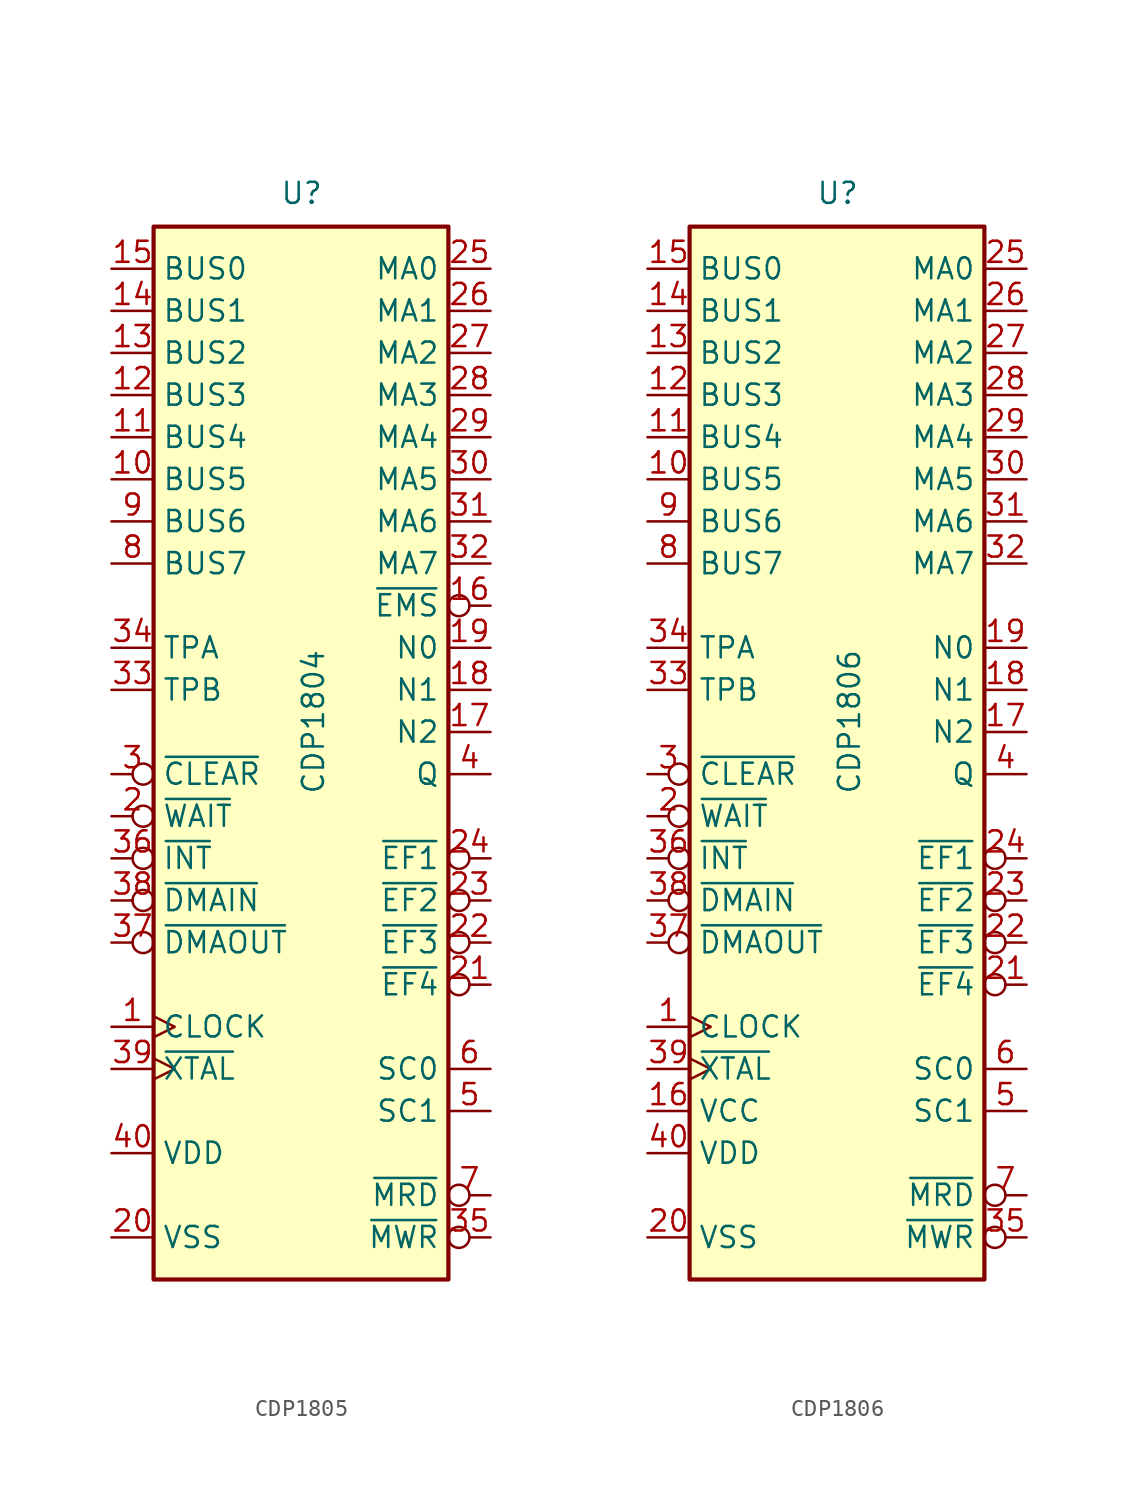
<source format=kicad_sym>
(kicad_symbol_lib
  (version 20220914)
  (generator kicad_symbol_editor)
  (symbol "CDP1805"
    (property "Reference" "U"
      (at -1.27 31.75 0)
      (effects (font (size 1.27 1.27)) (justify left bottom)))
    (property "Value" "CDP1804"
      (at 0 -3.81 90)
      (effects (font (size 1.27 1.27)) (justify left top)))
    (symbol "CDP1805_0_0"
      (pin input clock (at -11.43 -17.78 0) (length 2.54) (name "CLOCK" (effects (font (size 1.27 1.27)))) (number "1" (effects (font (size 1.27 1.27)))))
      (pin input inverted (at -11.43 -2.54 0) (length 2.54) (name "~{CLEAR}" (effects (font (size 1.27 1.27)))) (number "3" (effects (font (size 1.27 1.27)))))
      (pin output inverted (at 11.43 -30.48 180) (length 2.54) (name "~{MWR}" (effects (font (size 1.27 1.27)))) (number "35" (effects (font (size 1.27 1.27))))))
    (symbol "CDP1805_0_1"
      (rectangle (start -8.89 -33.02) (end 8.89 30.48) (stroke (width 0.254) (type default)) (fill (type background))))
    (symbol "CDP1805_1_1"
      (pin bidirectional line (at -11.43 15.24 0) (length 2.54) (name "BUS5" (effects (font (size 1.27 1.27)))) (number "10" (effects (font (size 1.27 1.27)))))
      (pin bidirectional line (at -11.43 17.78 0) (length 2.54) (name "BUS4" (effects (font (size 1.27 1.27)))) (number "11" (effects (font (size 1.27 1.27)))))
      (pin bidirectional line (at -11.43 20.32 0) (length 2.54) (name "BUS3" (effects (font (size 1.27 1.27)))) (number "12" (effects (font (size 1.27 1.27)))))
      (pin bidirectional line (at -11.43 22.86 0) (length 2.54) (name "BUS2" (effects (font (size 1.27 1.27)))) (number "13" (effects (font (size 1.27 1.27)))))
      (pin bidirectional line (at -11.43 25.4 0) (length 2.54) (name "BUS1" (effects (font (size 1.27 1.27)))) (number "14" (effects (font (size 1.27 1.27)))))
      (pin bidirectional line (at -11.43 27.94 0) (length 2.54) (name "BUS0" (effects (font (size 1.27 1.27)))) (number "15" (effects (font (size 1.27 1.27)))))
      (pin output inverted (at 11.43 7.62 180) (length 2.54) (name "~{EMS}" (effects (font (size 1.27 1.27)))) (number "16" (effects (font (size 1.27 1.27)))))
      (pin output line (at 11.43 0 180) (length 2.54) (name "N2" (effects (font (size 1.27 1.27)))) (number "17" (effects (font (size 1.27 1.27)))))
      (pin output line (at 11.43 2.54 180) (length 2.54) (name "N1" (effects (font (size 1.27 1.27)))) (number "18" (effects (font (size 1.27 1.27)))))
      (pin output line (at 11.43 5.08 180) (length 2.54) (name "N0" (effects (font (size 1.27 1.27)))) (number "19" (effects (font (size 1.27 1.27)))))
      (pin input inverted (at -11.43 -5.08 0) (length 2.54) (name "~{WAIT}" (effects (font (size 1.27 1.27)))) (number "2" (effects (font (size 1.27 1.27)))))
      (pin power_in line (at -11.43 -30.48 0) (length 2.54) (name "VSS" (effects (font (size 1.27 1.27)))) (number "20" (effects (font (size 1.27 1.27)))))
      (pin input inverted (at 11.43 -15.24 180) (length 2.54) (name "~{EF4}" (effects (font (size 1.27 1.27)))) (number "21" (effects (font (size 1.27 1.27)))))
      (pin input inverted (at 11.43 -12.7 180) (length 2.54) (name "~{EF3}" (effects (font (size 1.27 1.27)))) (number "22" (effects (font (size 1.27 1.27)))))
      (pin input inverted (at 11.43 -10.16 180) (length 2.54) (name "~{EF2}" (effects (font (size 1.27 1.27)))) (number "23" (effects (font (size 1.27 1.27)))))
      (pin input inverted (at 11.43 -7.62 180) (length 2.54) (name "~{EF1}" (effects (font (size 1.27 1.27)))) (number "24" (effects (font (size 1.27 1.27)))))
      (pin output line (at 11.43 27.94 180) (length 2.54) (name "MA0" (effects (font (size 1.27 1.27)))) (number "25" (effects (font (size 1.27 1.27)))))
      (pin output line (at 11.43 25.4 180) (length 2.54) (name "MA1" (effects (font (size 1.27 1.27)))) (number "26" (effects (font (size 1.27 1.27)))))
      (pin output line (at 11.43 22.86 180) (length 2.54) (name "MA2" (effects (font (size 1.27 1.27)))) (number "27" (effects (font (size 1.27 1.27)))))
      (pin output line (at 11.43 20.32 180) (length 2.54) (name "MA3" (effects (font (size 1.27 1.27)))) (number "28" (effects (font (size 1.27 1.27)))))
      (pin output line (at 11.43 17.78 180) (length 2.54) (name "MA4" (effects (font (size 1.27 1.27)))) (number "29" (effects (font (size 1.27 1.27)))))
      (pin output line (at 11.43 15.24 180) (length 2.54) (name "MA5" (effects (font (size 1.27 1.27)))) (number "30" (effects (font (size 1.27 1.27)))))
      (pin output line (at 11.43 12.7 180) (length 2.54) (name "MA6" (effects (font (size 1.27 1.27)))) (number "31" (effects (font (size 1.27 1.27)))))
      (pin output line (at 11.43 10.16 180) (length 2.54) (name "MA7" (effects (font (size 1.27 1.27)))) (number "32" (effects (font (size 1.27 1.27)))))
      (pin output line (at -11.43 2.54 0) (length 2.54) (name "TPB" (effects (font (size 1.27 1.27)))) (number "33" (effects (font (size 1.27 1.27)))))
      (pin output line (at -11.43 5.08 0) (length 2.54) (name "TPA" (effects (font (size 1.27 1.27)))) (number "34" (effects (font (size 1.27 1.27)))))
      (pin input inverted (at -11.43 -7.62 0) (length 2.54) (name "~{INT}" (effects (font (size 1.27 1.27)))) (number "36" (effects (font (size 1.27 1.27)))))
      (pin input inverted (at -11.43 -12.7 0) (length 2.54) (name "~{DMAOUT}" (effects (font (size 1.27 1.27)))) (number "37" (effects (font (size 1.27 1.27)))))
      (pin input inverted (at -11.43 -10.16 0) (length 2.54) (name "~{DMAIN}" (effects (font (size 1.27 1.27)))) (number "38" (effects (font (size 1.27 1.27)))))
      (pin output clock (at -11.43 -20.32 0) (length 2.54) (name "~{XTAL}" (effects (font (size 1.27 1.27)))) (number "39" (effects (font (size 1.27 1.27)))))
      (pin output line (at 11.43 -2.54 180) (length 2.54) (name "Q" (effects (font (size 1.27 1.27)))) (number "4" (effects (font (size 1.27 1.27)))))
      (pin power_in line (at -11.43 -25.4 0) (length 2.54) (name "VDD" (effects (font (size 1.27 1.27)))) (number "40" (effects (font (size 1.27 1.27)))))
      (pin output line (at 11.43 -22.86 180) (length 2.54) (name "SC1" (effects (font (size 1.27 1.27)))) (number "5" (effects (font (size 1.27 1.27)))))
      (pin output line (at 11.43 -20.32 180) (length 2.54) (name "SC0" (effects (font (size 1.27 1.27)))) (number "6" (effects (font (size 1.27 1.27)))))
      (pin output inverted (at 11.43 -27.94 180) (length 2.54) (name "~{MRD}" (effects (font (size 1.27 1.27)))) (number "7" (effects (font (size 1.27 1.27)))))
      (pin bidirectional line (at -11.43 10.16 0) (length 2.54) (name "BUS7" (effects (font (size 1.27 1.27)))) (number "8" (effects (font (size 1.27 1.27)))))
      (pin bidirectional line (at -11.43 12.7 0) (length 2.54) (name "BUS6" (effects (font (size 1.27 1.27)))) (number "9" (effects (font (size 1.27 1.27)))))))
  (symbol "CDP1806"
    (property "Reference" "U"
      (at -1.27 31.75 0)
      (effects (font (size 1.27 1.27)) (justify left bottom)))
    (property "Value" "CDP1806"
      (at 0 -3.81 90)
      (effects (font (size 1.27 1.27)) (justify left top)))
    (symbol "CDP1806_0_0"
      (pin input clock (at -11.43 -17.78 0) (length 2.54) (name "CLOCK" (effects (font (size 1.27 1.27)))) (number "1" (effects (font (size 1.27 1.27)))))
      (pin input inverted (at -11.43 -2.54 0) (length 2.54) (name "~{CLEAR}" (effects (font (size 1.27 1.27)))) (number "3" (effects (font (size 1.27 1.27)))))
      (pin output inverted (at 11.43 -30.48 180) (length 2.54) (name "~{MWR}" (effects (font (size 1.27 1.27)))) (number "35" (effects (font (size 1.27 1.27))))))
    (symbol "CDP1806_0_1"
      (rectangle (start -8.89 -33.02) (end 8.89 30.48) (stroke (width 0.254) (type default)) (fill (type background))))
    (symbol "CDP1806_1_1"
      (pin bidirectional line (at -11.43 15.24 0) (length 2.54) (name "BUS5" (effects (font (size 1.27 1.27)))) (number "10" (effects (font (size 1.27 1.27)))))
      (pin bidirectional line (at -11.43 17.78 0) (length 2.54) (name "BUS4" (effects (font (size 1.27 1.27)))) (number "11" (effects (font (size 1.27 1.27)))))
      (pin bidirectional line (at -11.43 20.32 0) (length 2.54) (name "BUS3" (effects (font (size 1.27 1.27)))) (number "12" (effects (font (size 1.27 1.27)))))
      (pin bidirectional line (at -11.43 22.86 0) (length 2.54) (name "BUS2" (effects (font (size 1.27 1.27)))) (number "13" (effects (font (size 1.27 1.27)))))
      (pin bidirectional line (at -11.43 25.4 0) (length 2.54) (name "BUS1" (effects (font (size 1.27 1.27)))) (number "14" (effects (font (size 1.27 1.27)))))
      (pin bidirectional line (at -11.43 27.94 0) (length 2.54) (name "BUS0" (effects (font (size 1.27 1.27)))) (number "15" (effects (font (size 1.27 1.27)))))
      (pin power_in line (at -11.43 -22.86 0) (length 2.54) (name "VCC" (effects (font (size 1.27 1.27)))) (number "16" (effects (font (size 1.27 1.27)))))
      (pin output line (at 11.43 0 180) (length 2.54) (name "N2" (effects (font (size 1.27 1.27)))) (number "17" (effects (font (size 1.27 1.27)))))
      (pin output line (at 11.43 2.54 180) (length 2.54) (name "N1" (effects (font (size 1.27 1.27)))) (number "18" (effects (font (size 1.27 1.27)))))
      (pin output line (at 11.43 5.08 180) (length 2.54) (name "N0" (effects (font (size 1.27 1.27)))) (number "19" (effects (font (size 1.27 1.27)))))
      (pin input inverted (at -11.43 -5.08 0) (length 2.54) (name "~{WAIT}" (effects (font (size 1.27 1.27)))) (number "2" (effects (font (size 1.27 1.27)))))
      (pin power_in line (at -11.43 -30.48 0) (length 2.54) (name "VSS" (effects (font (size 1.27 1.27)))) (number "20" (effects (font (size 1.27 1.27)))))
      (pin input inverted (at 11.43 -15.24 180) (length 2.54) (name "~{EF4}" (effects (font (size 1.27 1.27)))) (number "21" (effects (font (size 1.27 1.27)))))
      (pin input inverted (at 11.43 -12.7 180) (length 2.54) (name "~{EF3}" (effects (font (size 1.27 1.27)))) (number "22" (effects (font (size 1.27 1.27)))))
      (pin input inverted (at 11.43 -10.16 180) (length 2.54) (name "~{EF2}" (effects (font (size 1.27 1.27)))) (number "23" (effects (font (size 1.27 1.27)))))
      (pin input inverted (at 11.43 -7.62 180) (length 2.54) (name "~{EF1}" (effects (font (size 1.27 1.27)))) (number "24" (effects (font (size 1.27 1.27)))))
      (pin output line (at 11.43 27.94 180) (length 2.54) (name "MA0" (effects (font (size 1.27 1.27)))) (number "25" (effects (font (size 1.27 1.27)))))
      (pin output line (at 11.43 25.4 180) (length 2.54) (name "MA1" (effects (font (size 1.27 1.27)))) (number "26" (effects (font (size 1.27 1.27)))))
      (pin output line (at 11.43 22.86 180) (length 2.54) (name "MA2" (effects (font (size 1.27 1.27)))) (number "27" (effects (font (size 1.27 1.27)))))
      (pin output line (at 11.43 20.32 180) (length 2.54) (name "MA3" (effects (font (size 1.27 1.27)))) (number "28" (effects (font (size 1.27 1.27)))))
      (pin output line (at 11.43 17.78 180) (length 2.54) (name "MA4" (effects (font (size 1.27 1.27)))) (number "29" (effects (font (size 1.27 1.27)))))
      (pin output line (at 11.43 15.24 180) (length 2.54) (name "MA5" (effects (font (size 1.27 1.27)))) (number "30" (effects (font (size 1.27 1.27)))))
      (pin output line (at 11.43 12.7 180) (length 2.54) (name "MA6" (effects (font (size 1.27 1.27)))) (number "31" (effects (font (size 1.27 1.27)))))
      (pin output line (at 11.43 10.16 180) (length 2.54) (name "MA7" (effects (font (size 1.27 1.27)))) (number "32" (effects (font (size 1.27 1.27)))))
      (pin output line (at -11.43 2.54 0) (length 2.54) (name "TPB" (effects (font (size 1.27 1.27)))) (number "33" (effects (font (size 1.27 1.27)))))
      (pin output line (at -11.43 5.08 0) (length 2.54) (name "TPA" (effects (font (size 1.27 1.27)))) (number "34" (effects (font (size 1.27 1.27)))))
      (pin input inverted (at -11.43 -7.62 0) (length 2.54) (name "~{INT}" (effects (font (size 1.27 1.27)))) (number "36" (effects (font (size 1.27 1.27)))))
      (pin input inverted (at -11.43 -12.7 0) (length 2.54) (name "~{DMAOUT}" (effects (font (size 1.27 1.27)))) (number "37" (effects (font (size 1.27 1.27)))))
      (pin input inverted (at -11.43 -10.16 0) (length 2.54) (name "~{DMAIN}" (effects (font (size 1.27 1.27)))) (number "38" (effects (font (size 1.27 1.27)))))
      (pin output clock (at -11.43 -20.32 0) (length 2.54) (name "~{XTAL}" (effects (font (size 1.27 1.27)))) (number "39" (effects (font (size 1.27 1.27)))))
      (pin output line (at 11.43 -2.54 180) (length 2.54) (name "Q" (effects (font (size 1.27 1.27)))) (number "4" (effects (font (size 1.27 1.27)))))
      (pin power_in line (at -11.43 -25.4 0) (length 2.54) (name "VDD" (effects (font (size 1.27 1.27)))) (number "40" (effects (font (size 1.27 1.27)))))
      (pin output line (at 11.43 -22.86 180) (length 2.54) (name "SC1" (effects (font (size 1.27 1.27)))) (number "5" (effects (font (size 1.27 1.27)))))
      (pin output line (at 11.43 -20.32 180) (length 2.54) (name "SC0" (effects (font (size 1.27 1.27)))) (number "6" (effects (font (size 1.27 1.27)))))
      (pin output inverted (at 11.43 -27.94 180) (length 2.54) (name "~{MRD}" (effects (font (size 1.27 1.27)))) (number "7" (effects (font (size 1.27 1.27)))))
      (pin bidirectional line (at -11.43 10.16 0) (length 2.54) (name "BUS7" (effects (font (size 1.27 1.27)))) (number "8" (effects (font (size 1.27 1.27)))))
      (pin bidirectional line (at -11.43 12.7 0) (length 2.54) (name "BUS6" (effects (font (size 1.27 1.27)))) (number "9" (effects (font (size 1.27 1.27))))))))
</source>
